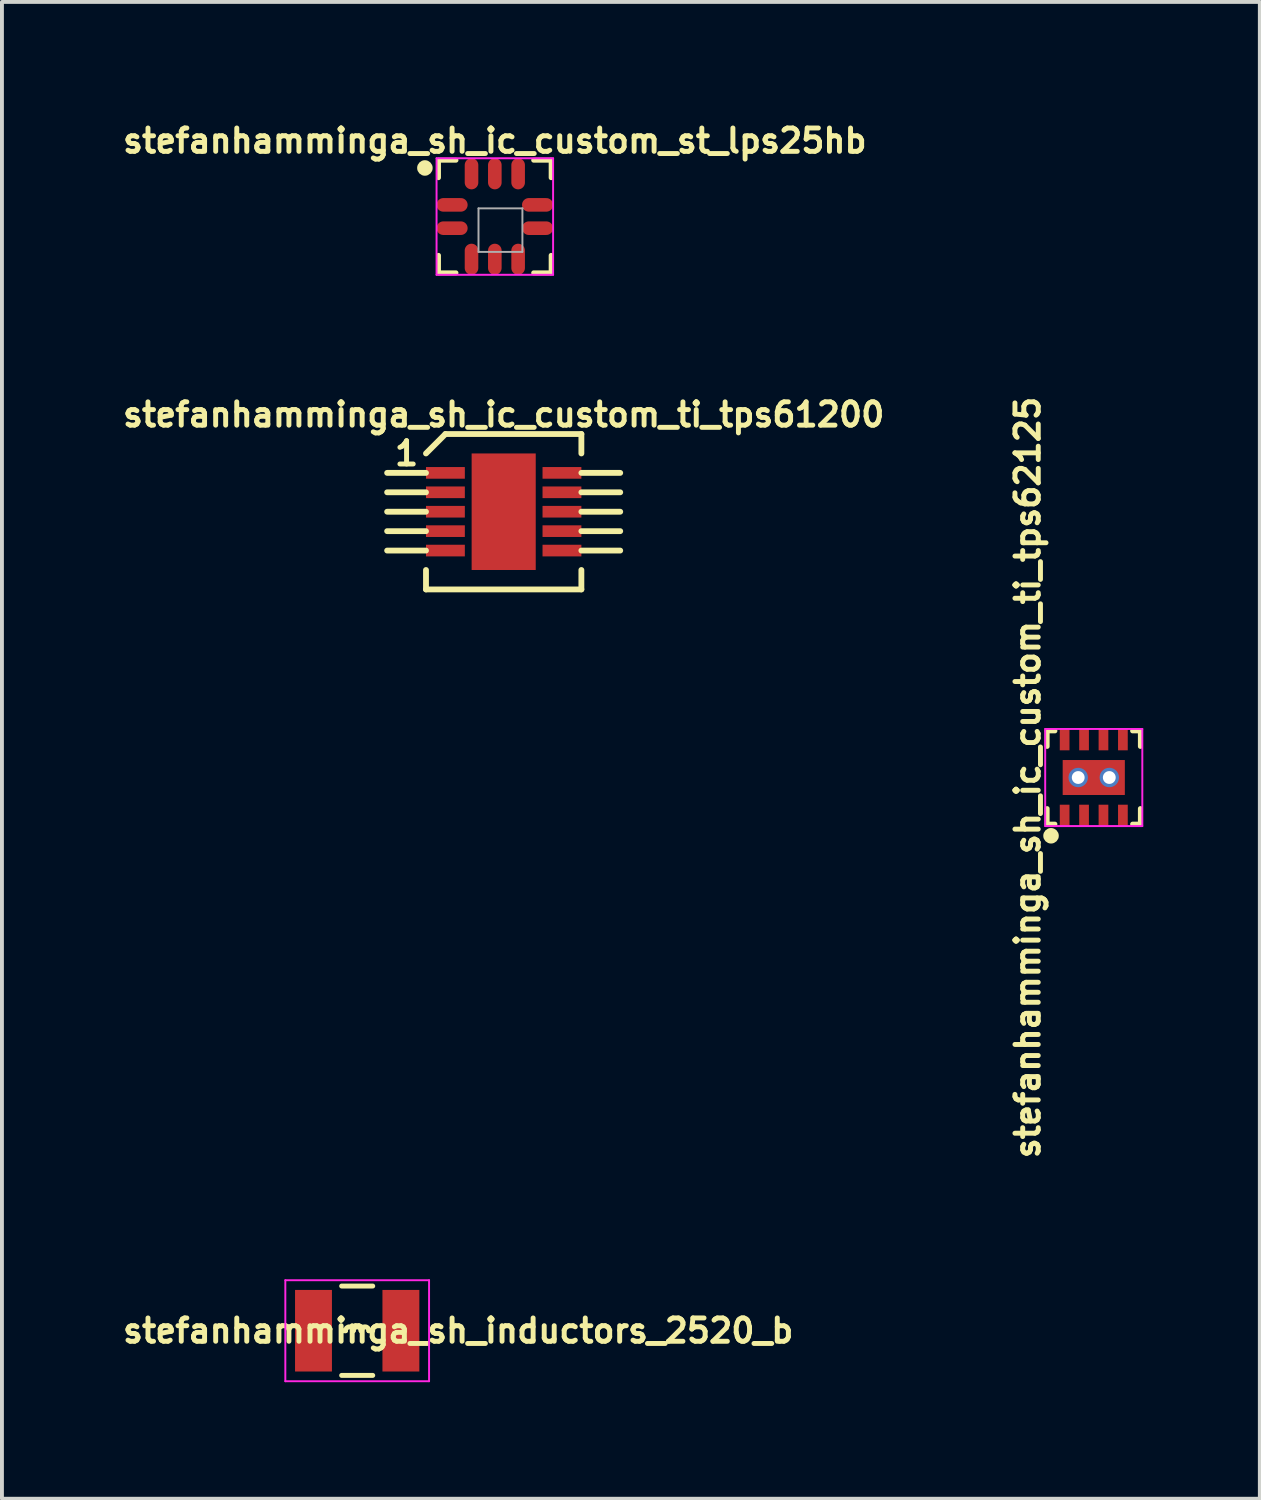
<source format=kicad_pcb>
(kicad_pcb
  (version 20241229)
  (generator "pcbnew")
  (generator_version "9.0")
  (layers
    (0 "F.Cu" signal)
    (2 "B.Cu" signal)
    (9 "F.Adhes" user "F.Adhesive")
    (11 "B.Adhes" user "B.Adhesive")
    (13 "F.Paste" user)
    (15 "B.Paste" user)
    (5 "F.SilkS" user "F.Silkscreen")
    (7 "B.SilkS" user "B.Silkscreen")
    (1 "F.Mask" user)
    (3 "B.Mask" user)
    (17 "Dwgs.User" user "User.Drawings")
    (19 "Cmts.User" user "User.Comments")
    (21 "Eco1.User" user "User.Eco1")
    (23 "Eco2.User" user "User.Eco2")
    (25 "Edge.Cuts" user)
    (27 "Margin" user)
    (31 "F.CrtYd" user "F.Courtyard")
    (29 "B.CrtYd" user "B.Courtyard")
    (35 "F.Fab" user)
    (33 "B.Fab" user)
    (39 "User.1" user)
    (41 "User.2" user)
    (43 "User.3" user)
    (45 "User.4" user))
  (footprint "stefanhamminga_sh_ic_custom_ti_tps62125"
    (layer "F.Cu")
    (at 25.106 16.965)
    (property "Reference" "stefanhamminga_sh_ic_custom_ti_tps62125" (at -1.7 0 90) (layer "F.SilkS") (effects (font (size 0.6 0.6) (thickness 0.127))))
    (attr smd)
    (fp_line (start -1.2 -1.2) (end -1.2 -0.8) (stroke (width 0.127) (type solid)) (layer "F.SilkS"))
    (fp_line (start -1.2 -1.2) (end -1 -1.2) (stroke (width 0.127) (type solid)) (layer "F.SilkS"))
    (fp_line (start -1.2 1.2) (end -1.2 0.8) (stroke (width 0.127) (type solid)) (layer "F.SilkS"))
    (fp_line (start -1 1.2) (end -1.2 1.2) (stroke (width 0.127) (type solid)) (layer "F.SilkS"))
    (fp_line (start 1 -1.2) (end 1.2 -1.2) (stroke (width 0.127) (type solid)) (layer "F.SilkS"))
    (fp_line (start 1 1.2) (end 1.2 1.2) (stroke (width 0.127) (type solid)) (layer "F.SilkS"))
    (fp_line (start 1.2 -1.2) (end 1.2 -0.8) (stroke (width 0.127) (type solid)) (layer "F.SilkS"))
    (fp_line (start 1.2 1.2) (end 1.2 0.8) (stroke (width 0.127) (type solid)) (layer "F.SilkS"))
    (fp_circle (center -1.1 1.5) (end -1.1 1.6) (stroke (width 0.2) (type solid)) (fill no) (layer "F.SilkS"))
    (fp_line (start -1.25 -1.25) (end 1.25 -1.25) (stroke (width 0.05) (type solid)) (layer "F.CrtYd"))
    (fp_line (start -1.25 1.25) (end -1.25 -1.25) (stroke (width 0.05) (type solid)) (layer "F.CrtYd"))
    (fp_line (start 1.25 -1.25) (end 1.25 1.25) (stroke (width 0.05) (type solid)) (layer "F.CrtYd"))
    (fp_line (start 1.25 1.25) (end -1.25 1.25) (stroke (width 0.05) (type solid)) (layer "F.CrtYd"))
    (pad "1" smd rect (at -0.75 0.975) (size 0.25 0.55) (layers "F.Cu" "F.Mask" "F.Paste"))
    (pad "2" smd rect (at -0.25 0.975) (size 0.25 0.55) (layers "F.Cu" "F.Mask" "F.Paste"))
    (pad "3" smd rect (at 0.25 0.975) (size 0.25 0.55) (layers "F.Cu" "F.Mask" "F.Paste"))
    (pad "4" smd rect (at 0.75 0.975) (size 0.25 0.55) (layers "F.Cu" "F.Mask" "F.Paste"))
    (pad "5" smd rect (at 0.75 -0.975) (size 0.25 0.55) (layers "F.Cu" "F.Mask" "F.Paste"))
    (pad "6" smd rect (at 0.25 -0.975) (size 0.25 0.55) (layers "F.Cu" "F.Mask" "F.Paste"))
    (pad "7" smd rect (at -0.25 -0.975) (size 0.25 0.55) (layers "F.Cu" "F.Mask" "F.Paste"))
    (pad "8" smd rect (at -0.75 -0.975) (size 0.25 0.55) (layers "F.Cu" "F.Mask" "F.Paste"))
    (pad "9" thru_hole circle (at -0.4 0) (size 0.5 0.5) (drill 0.33) (layers "*.Cu"))
    (pad "9" smd rect (at 0 0) (size 1.6 0.9) (layers "F.Cu" "F.Mask" "F.Paste"))
    (pad "9" thru_hole circle (at 0.4 0) (size 0.5 0.5) (drill 0.33) (layers "*.Cu")))
  (footprint "stefanhamminga_sh_ic_custom_st_lps25hb"
    (layer "F.Cu")
    (at 9.688 2.524)
    (property "Reference" "stefanhamminga_sh_ic_custom_st_lps25hb" (at 0 -1.95 0) (layer "F.SilkS") (effects (font (size 0.6 0.6) (thickness 0.127))))
    (attr smd)
    (fp_line (start -1.45 -1.45) (end -1.45 -1) (stroke (width 0.127) (type solid)) (layer "F.SilkS"))
    (fp_line (start -1.45 1.45) (end -1.45 1) (stroke (width 0.127) (type solid)) (layer "F.SilkS"))
    (fp_line (start -1 -1.45) (end -1.45 -1.45) (stroke (width 0.127) (type solid)) (layer "F.SilkS"))
    (fp_line (start -1 1.45) (end -1.45 1.45) (stroke (width 0.127) (type solid)) (layer "F.SilkS"))
    (fp_line (start 1 -1.45) (end 1.45 -1.45) (stroke (width 0.127) (type solid)) (layer "F.SilkS"))
    (fp_line (start 1.45 -1.45) (end 1.45 -1) (stroke (width 0.127) (type solid)) (layer "F.SilkS"))
    (fp_line (start 1.45 1) (end 1.45 1.45) (stroke (width 0.127) (type solid)) (layer "F.SilkS"))
    (fp_line (start 1.45 1.45) (end 1 1.45) (stroke (width 0.127) (type solid)) (layer "F.SilkS"))
    (fp_circle (center -1.8 -1.25) (end -1.9 -1.25) (stroke (width 0.2) (type solid)) (fill no) (layer "F.SilkS"))
    (fp_line (start -1.5 -1.5) (end 1.5 -1.5) (stroke (width 0.05) (type solid)) (layer "F.CrtYd"))
    (fp_line (start -1.5 1.5) (end -1.5 -1.5) (stroke (width 0.05) (type solid)) (layer "F.CrtYd"))
    (fp_line (start 1.5 -1.5) (end 1.5 1.5) (stroke (width 0.05) (type solid)) (layer "F.CrtYd"))
    (fp_line (start 1.5 1.5) (end -1.5 1.5) (stroke (width 0.05) (type solid)) (layer "F.CrtYd"))
    (fp_line (start -0.42 -0.21) (end 0.71 -0.21) (stroke (width 0.05) (type solid)) (layer "F.Fab"))
    (fp_line (start -0.42 0.91) (end -0.42 -0.21) (stroke (width 0.05) (type solid)) (layer "F.Fab"))
    (fp_line (start -0.42 0.91) (end 0.71 0.91) (stroke (width 0.05) (type solid)) (layer "F.Fab"))
    (fp_line (start 0.71 -0.21) (end 0.71 0.91) (stroke (width 0.05) (type solid)) (layer "F.Fab"))
    (pad "1" smd oval (at -1.1 -0.3) (size 0.8 0.35) (layers "F.Cu" "F.Mask" "F.Paste"))
    (pad "2" smd oval (at -1.1 0.3) (size 0.8 0.35) (layers "F.Cu" "F.Mask" "F.Paste"))
    (pad "3" smd oval (at -0.6 1.1 90) (size 0.8 0.35) (layers "F.Cu" "F.Mask" "F.Paste"))
    (pad "4" smd oval (at 0 1.1 90) (size 0.8 0.35) (layers "F.Cu" "F.Mask" "F.Paste"))
    (pad "5" smd oval (at 0.6 1.1 90) (size 0.8 0.35) (layers "F.Cu" "F.Mask" "F.Paste"))
    (pad "6" smd oval (at 1.1 0.3) (size 0.8 0.35) (layers "F.Cu" "F.Mask" "F.Paste"))
    (pad "7" smd oval (at 1.1 -0.3) (size 0.8 0.35) (layers "F.Cu" "F.Mask" "F.Paste"))
    (pad "8" smd oval (at 0.6 -1.1 90) (size 0.8 0.35) (layers "F.Cu" "F.Mask" "F.Paste"))
    (pad "9" smd oval (at 0 -1.1 90) (size 0.8 0.35) (layers "F.Cu" "F.Mask" "F.Paste"))
    (pad "10" smd oval (at -0.6 -1.1 90) (size 0.8 0.35) (layers "F.Cu" "F.Mask" "F.Paste")))
  (footprint "stefanhamminga_sh_inductors_2520_b"
    (layer "F.Cu")
    (at 6.145 31.206)
    (property "Reference" "stefanhamminga_sh_inductors_2520_b" (at 2.6 0 0) (layer "F.SilkS") (effects (font (size 0.6 0.6) (thickness 0.127))))
    (attr smd)
    (fp_line (start -0.4 -1.15) (end 0.4 -1.15) (stroke (width 0.127) (type solid)) (layer "F.SilkS"))
    (fp_line (start -0.4 1.15) (end 0.4 1.15) (stroke (width 0.127) (type solid)) (layer "F.SilkS"))
    (fp_line (start -0.3 0) (end -0.4 0) (stroke (width 0.127) (type solid)) (layer "F.SilkS"))
    (fp_line (start 0.3 0) (end 0.4 0) (stroke (width 0.127) (type solid)) (layer "F.SilkS"))
    (fp_arc (start -0.3 0) (mid -0.2 -0.1) (end -0.1 0) (stroke (width 0.127) (type solid)) (layer "F.SilkS"))
    (fp_arc (start -0.1 0) (mid 0 -0.1) (end 0.1 0) (stroke (width 0.127) (type solid)) (layer "F.SilkS"))
    (fp_arc (start 0.1 0) (mid 0.2 -0.1) (end 0.3 0) (stroke (width 0.127) (type solid)) (layer "F.SilkS"))
    (fp_line (start -1.85 -1.3) (end 1.85 -1.3) (stroke (width 0.05) (type solid)) (layer "F.CrtYd"))
    (fp_line (start -1.85 1.3) (end -1.85 -1.3) (stroke (width 0.05) (type solid)) (layer "F.CrtYd"))
    (fp_line (start 1.85 -1.3) (end 1.85 1.3) (stroke (width 0.05) (type solid)) (layer "F.CrtYd"))
    (fp_line (start 1.85 1.3) (end -1.85 1.3) (stroke (width 0.05) (type solid)) (layer "F.CrtYd"))
    (pad "1" smd rect (at -1.125 0) (size 0.95 2.1) (layers "F.Cu" "F.Mask" "F.Paste"))
    (pad "2" smd rect (at 1.125 0) (size 0.95 2.1) (layers "F.Cu" "F.Mask" "F.Paste")))
  (footprint "stefanhamminga_sh_ic_custom_ti_tps61200"
    (layer "F.Cu")
    (at 9.916 10.123)
    (property "Reference" "stefanhamminga_sh_ic_custom_ti_tps61200" (at 0 -2.5 180) (layer "F.SilkS") (effects (font (size 0.6 0.6) (thickness 0.127))))
    (attr smd)
    (fp_line (start -2 -1) (end -3 -1) (stroke (width 0.15) (type solid)) (layer "F.SilkS"))
    (fp_line (start -2 -0.5) (end -3 -0.5) (stroke (width 0.15) (type solid)) (layer "F.SilkS"))
    (fp_line (start -2 0) (end -3 0) (stroke (width 0.15) (type solid)) (layer "F.SilkS"))
    (fp_line (start -2 0.5) (end -3 0.5) (stroke (width 0.15) (type solid)) (layer "F.SilkS"))
    (fp_line (start -2 1) (end -3 1) (stroke (width 0.15) (type solid)) (layer "F.SilkS"))
    (fp_line (start -2 2) (end -2 1.5) (stroke (width 0.15) (type solid)) (layer "F.SilkS"))
    (fp_line (start -1.5 -2) (end -2 -1.5) (stroke (width 0.15) (type solid)) (layer "F.SilkS"))
    (fp_line (start -1.5 -2) (end 2 -2) (stroke (width 0.15) (type solid)) (layer "F.SilkS"))
    (fp_line (start 2 -2) (end 2 -1.5) (stroke (width 0.15) (type solid)) (layer "F.SilkS"))
    (fp_line (start 2 -1) (end 3 -1) (stroke (width 0.15) (type solid)) (layer "F.SilkS"))
    (fp_line (start 2 -0.5) (end 3 -0.5) (stroke (width 0.15) (type solid)) (layer "F.SilkS"))
    (fp_line (start 2 0) (end 3 0) (stroke (width 0.15) (type solid)) (layer "F.SilkS"))
    (fp_line (start 2 0.5) (end 3 0.5) (stroke (width 0.15) (type solid)) (layer "F.SilkS"))
    (fp_line (start 2 1) (end 3 1) (stroke (width 0.15) (type solid)) (layer "F.SilkS"))
    (fp_line (start 2 2) (end -2 2) (stroke (width 0.15) (type solid)) (layer "F.SilkS"))
    (fp_line (start 2 2) (end 2 1.5) (stroke (width 0.15) (type solid)) (layer "F.SilkS"))
    (fp_text user "1" (at -2.5 -1.5 0) (layer "F.SilkS") (effects (font (size 0.6 0.6) (thickness 0.127))))
    (pad "1" smd rect (at -1.5 -1) (size 1 0.3) (layers "F.Cu" "F.Mask" "F.Paste"))
    (pad "2" smd rect (at -1.5 -0.5) (size 1 0.3) (layers "F.Cu" "F.Mask" "F.Paste"))
    (pad "3" smd rect (at -1.5 0) (size 1 0.3) (layers "F.Cu" "F.Mask" "F.Paste"))
    (pad "4" smd rect (at -1.5 0.5) (size 1 0.3) (layers "F.Cu" "F.Mask" "F.Paste"))
    (pad "4" smd rect (at 0 0) (size 1.65 3) (layers "F.Cu" "F.Mask" "F.Paste"))
    (pad "5" smd rect (at -1.5 1) (size 1 0.3) (layers "F.Cu" "F.Mask" "F.Paste"))
    (pad "6" smd rect (at 1.5 1) (size 1 0.3) (layers "F.Cu" "F.Mask" "F.Paste"))
    (pad "7" smd rect (at 1.5 0.5) (size 1 0.3) (layers "F.Cu" "F.Mask" "F.Paste"))
    (pad "8" smd rect (at 1.5 0) (size 1 0.3) (layers "F.Cu" "F.Mask" "F.Paste"))
    (pad "9" smd rect (at 1.5 -0.5) (size 1 0.3) (layers "F.Cu" "F.Mask" "F.Paste"))
    (pad "10" smd rect (at 1.5 -1) (size 1 0.3) (layers "F.Cu" "F.Mask" "F.Paste")))
  (gr_rect
    (start -3 -3)
    (end 29.381 35.531)
    (stroke (width 0.1) (type default))
    (fill no)
    (layer "Edge.Cuts")))
</source>
